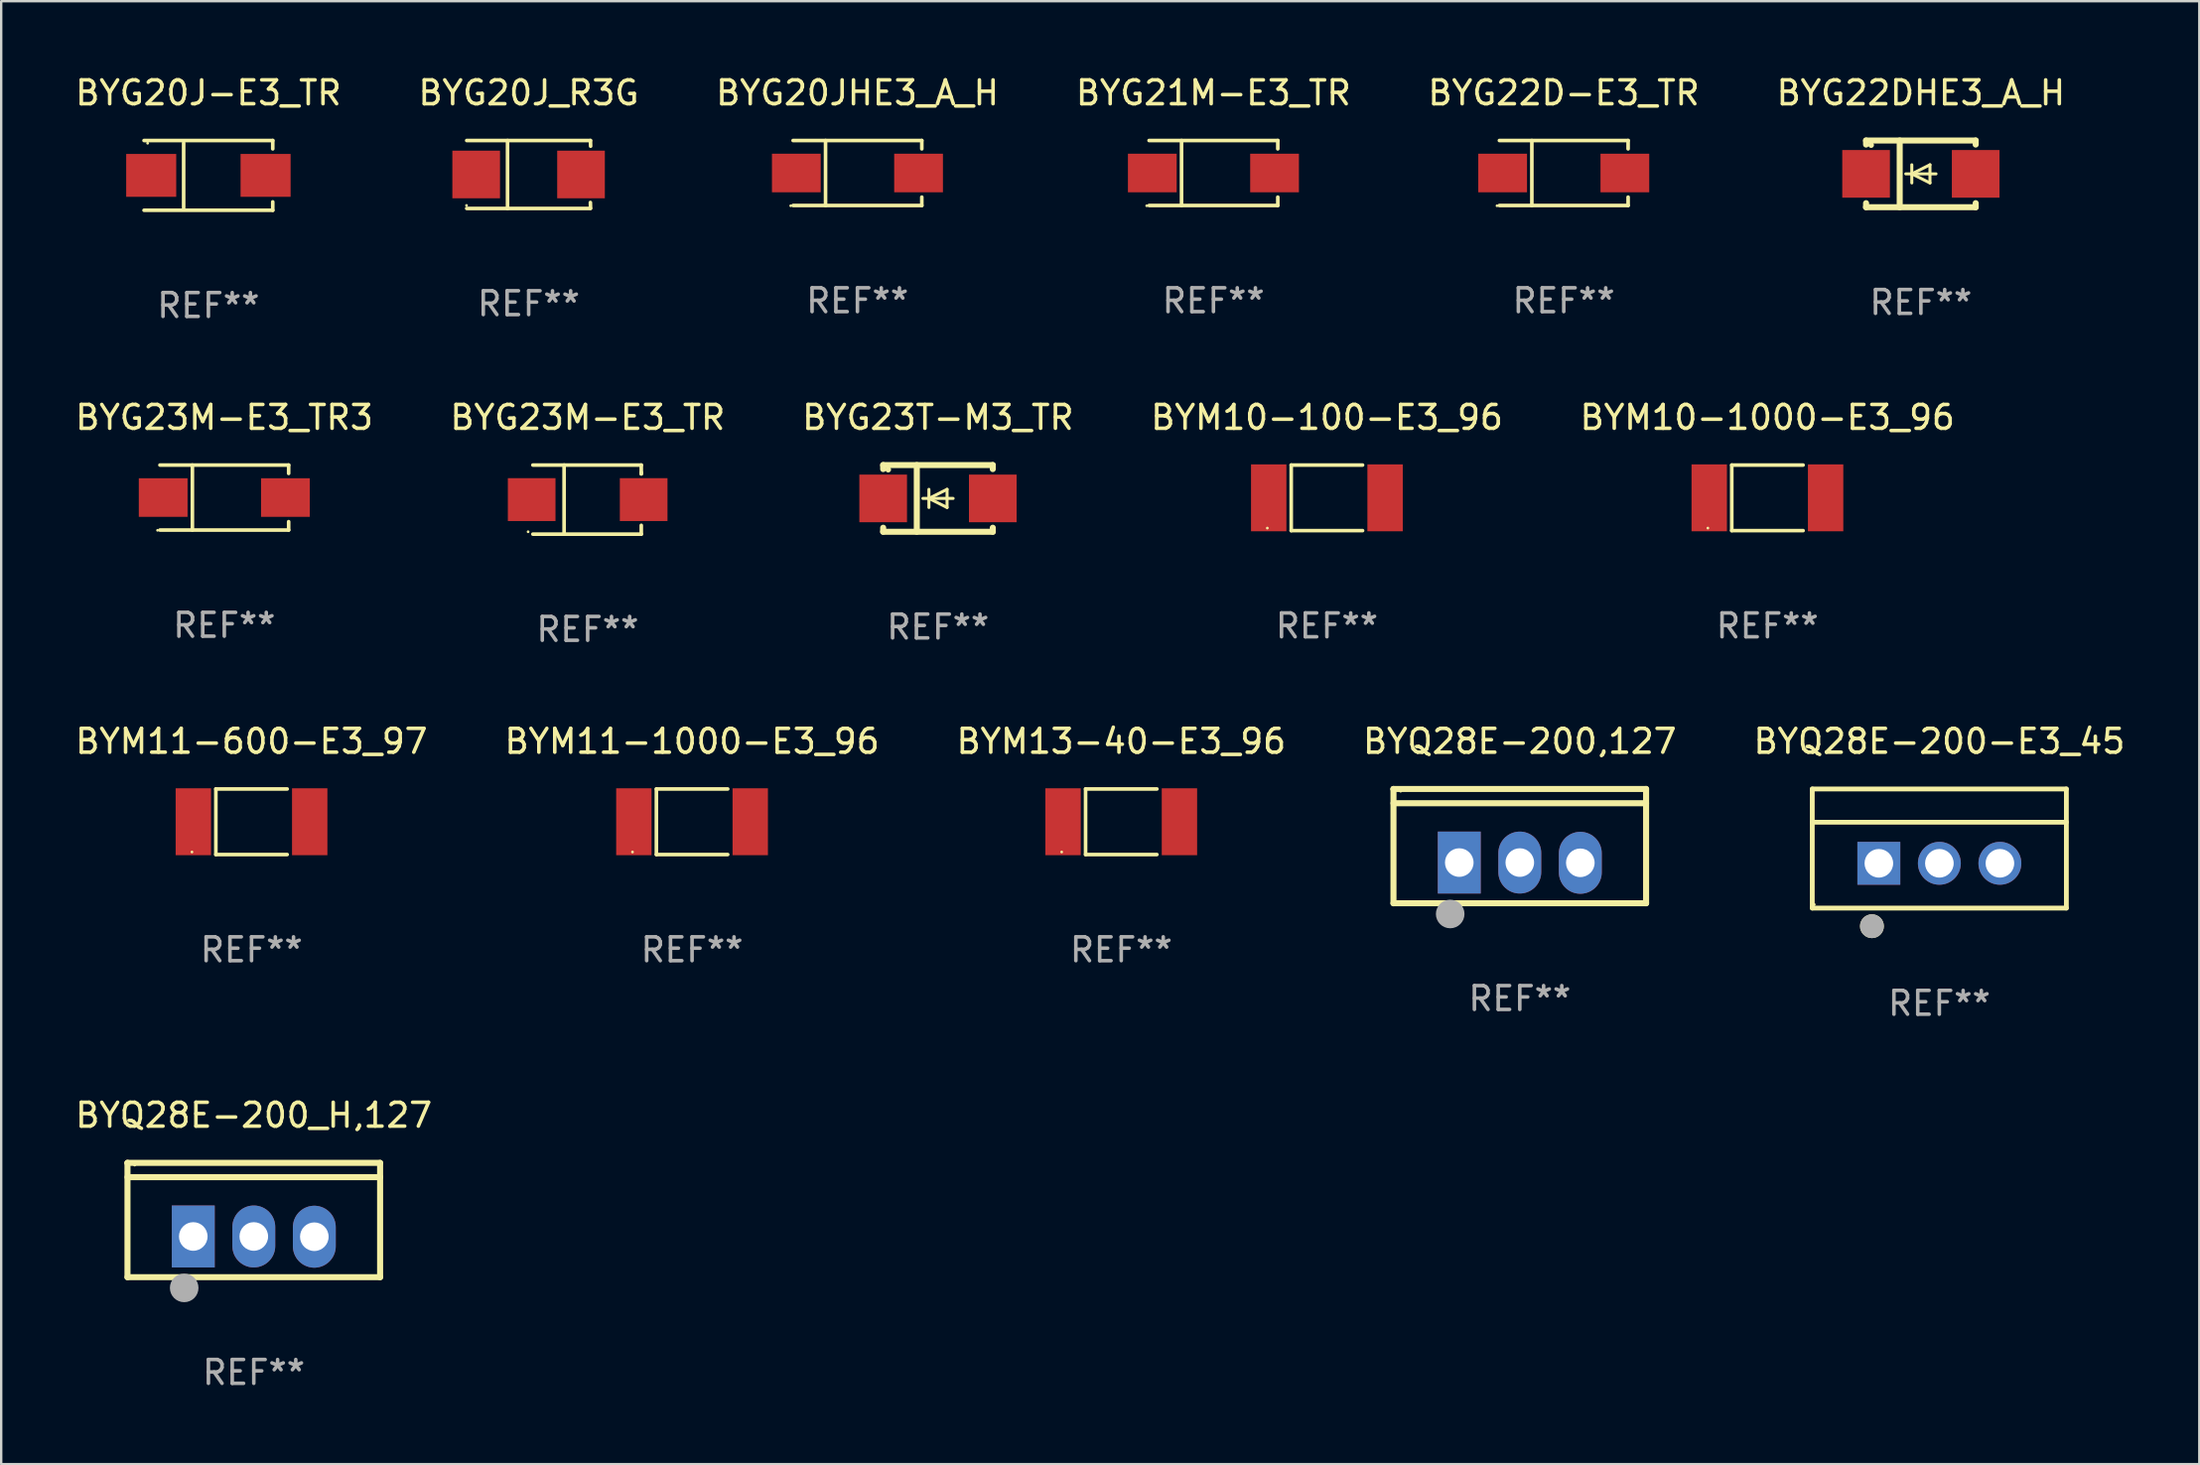
<source format=kicad_pcb>
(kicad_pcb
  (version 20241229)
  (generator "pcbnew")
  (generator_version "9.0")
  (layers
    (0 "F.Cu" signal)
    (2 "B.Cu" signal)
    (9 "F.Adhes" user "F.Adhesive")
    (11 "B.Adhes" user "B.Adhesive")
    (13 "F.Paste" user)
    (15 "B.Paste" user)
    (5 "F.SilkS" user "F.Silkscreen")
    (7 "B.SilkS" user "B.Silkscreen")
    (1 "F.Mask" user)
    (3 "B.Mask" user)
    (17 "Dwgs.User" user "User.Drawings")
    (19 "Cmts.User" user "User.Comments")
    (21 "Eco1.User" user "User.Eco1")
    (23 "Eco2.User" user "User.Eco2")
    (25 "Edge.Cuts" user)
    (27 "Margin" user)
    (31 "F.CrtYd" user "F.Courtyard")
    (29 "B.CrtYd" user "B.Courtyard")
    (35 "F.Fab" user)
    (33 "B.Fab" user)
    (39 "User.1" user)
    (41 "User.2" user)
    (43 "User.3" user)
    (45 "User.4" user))
  (footprint "BYQ28E-200_H,127"
    (layer "F.Cu")
    (at 7.601 48.164)
    (property "Reference" "BYQ28E-200_H,127" (at 0 -4.399 0) (layer "F.SilkS") (effects (font (size 1 1) (thickness 0.15))))
    (attr through_hole)
    (fp_line (start -5.301 -2.399) (end 5.301 -2.399) (stroke (width 0.254) (type solid)) (layer "F.SilkS"))
    (fp_line (start -5.301 -2.394) (end -5.301 -2.399) (stroke (width 0.254) (type solid)) (layer "F.SilkS"))
    (fp_line (start -5.301 2.399) (end -5.301 -2.394) (stroke (width 0.254) (type solid)) (layer "F.SilkS"))
    (fp_line (start 5.3 -1.8) (end -5.3 -1.8) (stroke (width 0.254) (type solid)) (layer "F.SilkS"))
    (fp_line (start 5.301 -2.399) (end 5.301 2.399) (stroke (width 0.254) (type solid)) (layer "F.SilkS"))
    (fp_line (start 5.301 2.399) (end -5.301 2.399) (stroke (width 0.254) (type solid)) (layer "F.SilkS"))
    (fp_arc (start -2.769977 3.025032) (mid -2.768707 3.025028) (end -2.767437 3.025032) (stroke (width 0.4) (type solid)) (layer "F.SilkS"))
    (fp_circle (center -5 -2.305) (end -4.97 -2.305) (stroke (width 0.06) (type solid)) (fill no) (layer "F.SilkS"))
    (fp_circle (center -2.921 2.849) (end -2.621 2.849) (stroke (width 0.6) (type solid)) (fill no) (layer "F.Fab"))
    (fp_text user "REF**" (at 0 6.399 0) (layer "F.Fab") (effects (font (size 1 1) (thickness 0.15))))
    (pad "1" thru_hole rect (at -2.54 0.69) (size 1.8 2.6) (drill 1.2) (layers "*.Cu" "*.Mask"))
    (pad "2" thru_hole oval (at 0 0.69) (size 1.8 2.6) (drill 1.2) (layers "*.Cu" "*.Mask"))
    (pad "3" thru_hole oval (at 2.54 0.7) (size 1.8 2.6) (drill 1.2) (layers "*.Cu" "*.Mask")))
  (footprint "BYG22DHE3_A_H"
    (layer "F.Cu")
    (at 77.565 4.248)
    (property "Reference" "BYG22DHE3_A_H" (at 0 -3.4 0) (layer "F.SilkS") (effects (font (size 1 1) (thickness 0.15))))
    (attr through_hole)
    (fp_line (start -2.3 -1.4) (end -2.3 -1.231) (stroke (width 0.254) (type solid)) (layer "F.SilkS"))
    (fp_line (start -2.3 -1.4) (end 2.3 -1.4) (stroke (width 0.254) (type solid)) (layer "F.SilkS"))
    (fp_line (start -2.3 1.231) (end -2.3 1.4) (stroke (width 0.254) (type solid)) (layer "F.SilkS"))
    (fp_line (start -2.3 1.4) (end 2.3 1.4) (stroke (width 0.254) (type solid)) (layer "F.SilkS"))
    (fp_line (start -0.889 1.4) (end -0.889 -1.4) (stroke (width 0.254) (type solid)) (layer "F.SilkS"))
    (fp_line (start -0.381 0) (end -0.381 -0.381) (stroke (width 0.127) (type solid)) (layer "F.SilkS"))
    (fp_line (start -0.381 0) (end -0.381 0.381) (stroke (width 0.127) (type solid)) (layer "F.SilkS"))
    (fp_line (start 0.381 -0.381) (end -0.381 0) (stroke (width 0.127) (type solid)) (layer "F.SilkS"))
    (fp_line (start 0.381 0) (end 0.381 -0.381) (stroke (width 0.127) (type solid)) (layer "F.SilkS"))
    (fp_line (start 0.381 0) (end 0.381 0.381) (stroke (width 0.127) (type solid)) (layer "F.SilkS"))
    (fp_line (start 0.381 0.381) (end -0.381 0) (stroke (width 0.127) (type solid)) (layer "F.SilkS"))
    (fp_line (start 0.635 0) (end -0.635 0) (stroke (width 0.127) (type solid)) (layer "F.SilkS"))
    (fp_line (start 2.3 -1.4) (end 2.3 -1.231) (stroke (width 0.254) (type solid)) (layer "F.SilkS"))
    (fp_line (start 2.3 1.231) (end 2.3 1.4) (stroke (width 0.254) (type solid)) (layer "F.SilkS"))
    (fp_circle (center -2.088 -1.208) (end -2.028 -1.208) (stroke (width 0.12) (type solid)) (fill no) (layer "F.SilkS"))
    (fp_text user "REF**" (at 0 5.4 0) (layer "F.Fab") (effects (font (size 1 1) (thickness 0.15))))
    (pad "1" smd rect (at -2.3 0 180) (size 2 2) (layers "F.Cu" "F.Mask" "F.Paste"))
    (pad "2" smd rect (at 2.3 0 180) (size 2 2) (layers "F.Cu" "F.Mask" "F.Paste")))
  (footprint "BYG22D-E3_TR"
    (layer "F.Cu")
    (at 62.577 4.212)
    (property "Reference" "BYG22D-E3_TR" (at 0 -3.364 0) (layer "F.SilkS") (effects (font (size 1 1) (thickness 0.15))))
    (attr through_hole)
    (fp_line (start -2.701 -1.364) (end 2.701 -1.364) (stroke (width 0.152) (type solid)) (layer "F.SilkS"))
    (fp_line (start -2.701 1.364) (end 2.701 1.364) (stroke (width 0.152) (type solid)) (layer "F.SilkS"))
    (fp_line (start -1.339 -1.364) (end -1.339 1.364) (stroke (width 0.152) (type solid)) (layer "F.SilkS"))
    (fp_line (start 2.701 -1.364) (end 2.701 -1.013) (stroke (width 0.152) (type solid)) (layer "F.SilkS"))
    (fp_line (start 2.701 1.364) (end 2.701 1.013) (stroke (width 0.152) (type solid)) (layer "F.SilkS"))
    (fp_circle (center -2.8 1.375) (end -2.77 1.375) (stroke (width 0.06) (type solid)) (fill no) (layer "F.SilkS"))
    (fp_text user "REF**" (at 0 5.364 0) (layer "F.Fab") (effects (font (size 1 1) (thickness 0.15))))
    (pad "1" smd rect (at -2.565 -0.000025) (size 2.046 1.62) (layers "F.Cu" "F.Mask" "F.Paste"))
    (pad "2" smd rect (at 2.565 -0.000025) (size 2.046 1.62) (layers "F.Cu" "F.Mask" "F.Paste")))
  (footprint "BYM11-1000-E3_96"
    (layer "F.Cu")
    (at 25.994 31.445)
    (property "Reference" "BYM11-1000-E3_96" (at 0 -3.376 0) (layer "F.SilkS") (effects (font (size 1 1) (thickness 0.15))))
    (attr through_hole)
    (fp_line (start -1.497 -1.376) (end -1.497 1.376) (stroke (width 0.152) (type solid)) (layer "F.SilkS"))
    (fp_line (start -1.497 -1.376) (end 1.497 -1.376) (stroke (width 0.152) (type solid)) (layer "F.SilkS"))
    (fp_line (start -1.497 1.376) (end 1.497 1.376) (stroke (width 0.152) (type solid)) (layer "F.SilkS"))
    (fp_circle (center -2.5 1.27) (end -2.47 1.27) (stroke (width 0.06) (type solid)) (fill no) (layer "F.SilkS"))
    (fp_text user "REF**" (at 0 5.376 0) (layer "F.Fab") (effects (font (size 1 1) (thickness 0.15))))
    (pad "1" smd rect (at -2.442 0 180) (size 1.485 2.808) (layers "F.Cu" "F.Mask" "F.Paste"))
    (pad "2" smd rect (at 2.442 0 180) (size 1.485 2.808) (layers "F.Cu" "F.Mask" "F.Paste")))
  (footprint "BYG23M-E3_TR"
    (layer "F.Cu")
    (at 21.613 17.922)
    (property "Reference" "BYG23M-E3_TR" (at 0 -3.45 0) (layer "F.SilkS") (effects (font (size 1 1) (thickness 0.15))))
    (attr through_hole)
    (fp_line (start -2.3 -1.45) (end 2.25 -1.45) (stroke (width 0.152) (type solid)) (layer "F.SilkS"))
    (fp_line (start -0.989 -1.45) (end -0.989 1.45) (stroke (width 0.152) (type solid)) (layer "F.SilkS"))
    (fp_line (start 2.25 -1.45) (end 2.25 -1.08) (stroke (width 0.152) (type solid)) (layer "F.SilkS"))
    (fp_line (start 2.25 -1.08) (end 2.25 -1.142) (stroke (width 0.152) (type solid)) (layer "F.SilkS"))
    (fp_line (start 2.25 1.45) (end -2.3 1.45) (stroke (width 0.152) (type solid)) (layer "F.SilkS"))
    (fp_line (start 2.25 1.45) (end 2.25 1.08) (stroke (width 0.152) (type solid)) (layer "F.SilkS"))
    (fp_circle (center -2.5 1.35) (end -2.47 1.35) (stroke (width 0.06) (type solid)) (fill no) (layer "F.SilkS"))
    (fp_text user "REF**" (at 0 5.45 0) (layer "F.Fab") (effects (font (size 1 1) (thickness 0.15))))
    (pad "1" smd rect (at -2.35 0.000025) (size 2 1.8) (layers "F.Cu" "F.Mask" "F.Paste"))
    (pad "2" smd rect (at 2.35 0.000025) (size 2 1.8) (layers "F.Cu" "F.Mask" "F.Paste")))
  (footprint "BYG20JHE3_A_H"
    (layer "F.Cu")
    (at 32.935 4.212)
    (property "Reference" "BYG20JHE3_A_H" (at 0 -3.364 0) (layer "F.SilkS") (effects (font (size 1 1) (thickness 0.15))))
    (attr through_hole)
    (fp_line (start -2.701 -1.364) (end 2.701 -1.364) (stroke (width 0.152) (type solid)) (layer "F.SilkS"))
    (fp_line (start -2.701 1.364) (end 2.701 1.364) (stroke (width 0.152) (type solid)) (layer "F.SilkS"))
    (fp_line (start -1.339 -1.364) (end -1.339 1.364) (stroke (width 0.152) (type solid)) (layer "F.SilkS"))
    (fp_line (start 2.701 -1.364) (end 2.701 -1.013) (stroke (width 0.152) (type solid)) (layer "F.SilkS"))
    (fp_line (start 2.701 1.364) (end 2.701 1.013) (stroke (width 0.152) (type solid)) (layer "F.SilkS"))
    (fp_circle (center -2.8 1.375) (end -2.77 1.375) (stroke (width 0.06) (type solid)) (fill no) (layer "F.SilkS"))
    (fp_text user "REF**" (at 0 5.364 0) (layer "F.Fab") (effects (font (size 1 1) (thickness 0.15))))
    (pad "1" smd rect (at -2.565 -0.000025) (size 2.046 1.62) (layers "F.Cu" "F.Mask" "F.Paste"))
    (pad "2" smd rect (at 2.565 -0.000025) (size 2.046 1.62) (layers "F.Cu" "F.Mask" "F.Paste")))
  (footprint "BYQ28E-200-E3_45"
    (layer "F.Cu")
    (at 78.339 32.569)
    (property "Reference" "BYQ28E-200-E3_45" (at 0 -4.5 0) (layer "F.SilkS") (effects (font (size 1 1) (thickness 0.15))))
    (attr through_hole)
    (fp_line (start -5.332 2.5) (end -5.332 -2.5) (stroke (width 0.201) (type solid)) (layer "F.SilkS"))
    (fp_line (start -5.328 -2.5) (end 5.332 -2.5) (stroke (width 0.201) (type solid)) (layer "F.SilkS"))
    (fp_line (start -5.328 -1.104) (end 5.332 -1.104) (stroke (width 0.201) (type solid)) (layer "F.SilkS"))
    (fp_line (start 5.332 -2.5) (end 5.332 2.5) (stroke (width 0.201) (type solid)) (layer "F.SilkS"))
    (fp_line (start 5.332 2.5) (end -5.332 2.5) (stroke (width 0.201) (type solid)) (layer "F.SilkS"))
    (fp_circle (center -5.248 2.35) (end -5.218 2.35) (stroke (width 0.06) (type solid)) (fill no) (layer "F.SilkS"))
    (fp_circle (center -2.828 3.26) (end -2.578 3.26) (stroke (width 0.5) (type solid)) (fill no) (layer "F.SilkS"))
    (fp_circle (center -2.828 3.26) (end -2.578 3.26) (stroke (width 0.5) (type solid)) (fill no) (layer "F.Fab"))
    (fp_text user "REF**" (at 0 6.5 0) (layer "F.Fab") (effects (font (size 1 1) (thickness 0.15))))
    (pad "1" thru_hole rect (at -2.538 0.62) (size 1.8 1.8) (drill 1.2) (layers "*.Cu" "*.Mask"))
    (pad "2" thru_hole circle (at 0.002 0.62) (size 1.8 1.8) (drill 1.2) (layers "*.Cu" "*.Mask"))
    (pad "3" thru_hole circle (at 2.542 0.62) (size 1.8 1.8) (drill 1.2) (layers "*.Cu" "*.Mask")))
  (footprint "BYG20J-E3_TR"
    (layer "F.Cu")
    (at 5.696 4.312)
    (property "Reference" "BYG20J-E3_TR" (at 0 -3.464 0) (layer "F.SilkS") (effects (font (size 1 1) (thickness 0.15))))
    (attr through_hole)
    (fp_line (start -2.701 -1.464) (end 2.701 -1.464) (stroke (width 0.152) (type solid)) (layer "F.SilkS"))
    (fp_line (start -2.701 1.464) (end 2.701 1.464) (stroke (width 0.152) (type solid)) (layer "F.SilkS"))
    (fp_line (start -1.039 -1.364) (end -1.039 1.364) (stroke (width 0.152) (type solid)) (layer "F.SilkS"))
    (fp_line (start 2.701 -1.464) (end 2.701 -1.113) (stroke (width 0.152) (type solid)) (layer "F.SilkS"))
    (fp_line (start 2.701 1.464) (end 2.701 1.113) (stroke (width 0.152) (type solid)) (layer "F.SilkS"))
    (fp_circle (center -2.55 -1.35) (end -2.52 -1.35) (stroke (width 0.06) (type solid)) (fill no) (layer "F.SilkS"))
    (fp_text user "REF**" (at 0 5.464 0) (layer "F.Fab") (effects (font (size 1 1) (thickness 0.15))))
    (pad "1" smd rect (at -2.4 0) (size 2.1 1.8) (layers "F.Cu" "F.Mask" "F.Paste"))
    (pad "2" smd rect (at 2.4 0) (size 2.1 1.8) (layers "F.Cu" "F.Mask" "F.Paste")))
  (footprint "BYG21M-E3_TR"
    (layer "F.Cu")
    (at 47.875 4.212)
    (property "Reference" "BYG21M-E3_TR" (at 0 -3.364 0) (layer "F.SilkS") (effects (font (size 1 1) (thickness 0.15))))
    (attr through_hole)
    (fp_line (start -2.701 -1.364) (end 2.701 -1.364) (stroke (width 0.152) (type solid)) (layer "F.SilkS"))
    (fp_line (start -2.701 1.364) (end 2.701 1.364) (stroke (width 0.152) (type solid)) (layer "F.SilkS"))
    (fp_line (start -1.339 -1.364) (end -1.339 1.364) (stroke (width 0.152) (type solid)) (layer "F.SilkS"))
    (fp_line (start 2.701 -1.364) (end 2.701 -1.013) (stroke (width 0.152) (type solid)) (layer "F.SilkS"))
    (fp_line (start 2.701 1.364) (end 2.701 1.013) (stroke (width 0.152) (type solid)) (layer "F.SilkS"))
    (fp_circle (center -2.8 1.375) (end -2.77 1.375) (stroke (width 0.06) (type solid)) (fill no) (layer "F.SilkS"))
    (fp_text user "REF**" (at 0 5.364 0) (layer "F.Fab") (effects (font (size 1 1) (thickness 0.15))))
    (pad "1" smd rect (at -2.565 -0.000025) (size 2.046 1.62) (layers "F.Cu" "F.Mask" "F.Paste"))
    (pad "2" smd rect (at 2.565 -0.000025) (size 2.046 1.62) (layers "F.Cu" "F.Mask" "F.Paste")))
  (footprint "BYG23T-M3_TR"
    (layer "F.Cu")
    (at 36.315 17.872)
    (property "Reference" "BYG23T-M3_TR" (at 0 -3.4 0) (layer "F.SilkS") (effects (font (size 1 1) (thickness 0.15))))
    (attr through_hole)
    (fp_line (start -2.3 -1.4) (end -2.3 -1.231) (stroke (width 0.254) (type solid)) (layer "F.SilkS"))
    (fp_line (start -2.3 -1.4) (end 2.3 -1.4) (stroke (width 0.254) (type solid)) (layer "F.SilkS"))
    (fp_line (start -2.3 1.231) (end -2.3 1.4) (stroke (width 0.254) (type solid)) (layer "F.SilkS"))
    (fp_line (start -2.3 1.4) (end 2.3 1.4) (stroke (width 0.254) (type solid)) (layer "F.SilkS"))
    (fp_line (start -0.889 1.4) (end -0.889 -1.4) (stroke (width 0.254) (type solid)) (layer "F.SilkS"))
    (fp_line (start -0.381 0) (end -0.381 -0.381) (stroke (width 0.127) (type solid)) (layer "F.SilkS"))
    (fp_line (start -0.381 0) (end -0.381 0.381) (stroke (width 0.127) (type solid)) (layer "F.SilkS"))
    (fp_line (start 0.381 -0.381) (end -0.381 0) (stroke (width 0.127) (type solid)) (layer "F.SilkS"))
    (fp_line (start 0.381 0) (end 0.381 -0.381) (stroke (width 0.127) (type solid)) (layer "F.SilkS"))
    (fp_line (start 0.381 0) (end 0.381 0.381) (stroke (width 0.127) (type solid)) (layer "F.SilkS"))
    (fp_line (start 0.381 0.381) (end -0.381 0) (stroke (width 0.127) (type solid)) (layer "F.SilkS"))
    (fp_line (start 0.635 0) (end -0.635 0) (stroke (width 0.127) (type solid)) (layer "F.SilkS"))
    (fp_line (start 2.3 -1.4) (end 2.3 -1.231) (stroke (width 0.254) (type solid)) (layer "F.SilkS"))
    (fp_line (start 2.3 1.231) (end 2.3 1.4) (stroke (width 0.254) (type solid)) (layer "F.SilkS"))
    (fp_circle (center -2.088 -1.208) (end -2.028 -1.208) (stroke (width 0.12) (type solid)) (fill no) (layer "F.SilkS"))
    (fp_text user "REF**" (at 0 5.4 0) (layer "F.Fab") (effects (font (size 1 1) (thickness 0.15))))
    (pad "1" smd rect (at -2.3 0 180) (size 2 2) (layers "F.Cu" "F.Mask" "F.Paste"))
    (pad "2" smd rect (at 2.3 0 180) (size 2 2) (layers "F.Cu" "F.Mask" "F.Paste")))
  (footprint "BYM13-40-E3_96"
    (layer "F.Cu")
    (at 44.006 31.445)
    (property "Reference" "BYM13-40-E3_96" (at 0 -3.376 0) (layer "F.SilkS") (effects (font (size 1 1) (thickness 0.15))))
    (attr through_hole)
    (fp_line (start -1.497 -1.376) (end -1.497 1.376) (stroke (width 0.152) (type solid)) (layer "F.SilkS"))
    (fp_line (start -1.497 -1.376) (end 1.497 -1.376) (stroke (width 0.152) (type solid)) (layer "F.SilkS"))
    (fp_line (start -1.497 1.376) (end 1.497 1.376) (stroke (width 0.152) (type solid)) (layer "F.SilkS"))
    (fp_circle (center -2.5 1.27) (end -2.47 1.27) (stroke (width 0.06) (type solid)) (fill no) (layer "F.SilkS"))
    (fp_text user "REF**" (at 0 5.376 0) (layer "F.Fab") (effects (font (size 1 1) (thickness 0.15))))
    (pad "1" smd rect (at -2.442 0 180) (size 1.485 2.808) (layers "F.Cu" "F.Mask" "F.Paste"))
    (pad "2" smd rect (at 2.442 0 180) (size 1.485 2.808) (layers "F.Cu" "F.Mask" "F.Paste")))
  (footprint "BYM10-1000-E3_96"
    (layer "F.Cu")
    (at 71.125 17.848)
    (property "Reference" "BYM10-1000-E3_96" (at 0 -3.376 0) (layer "F.SilkS") (effects (font (size 1 1) (thickness 0.15))))
    (attr through_hole)
    (fp_line (start -1.497 -1.376) (end -1.497 1.376) (stroke (width 0.152) (type solid)) (layer "F.SilkS"))
    (fp_line (start -1.497 -1.376) (end 1.497 -1.376) (stroke (width 0.152) (type solid)) (layer "F.SilkS"))
    (fp_line (start -1.497 1.376) (end 1.497 1.376) (stroke (width 0.152) (type solid)) (layer "F.SilkS"))
    (fp_circle (center -2.5 1.27) (end -2.47 1.27) (stroke (width 0.06) (type solid)) (fill no) (layer "F.SilkS"))
    (fp_text user "REF**" (at 0 5.376 0) (layer "F.Fab") (effects (font (size 1 1) (thickness 0.15))))
    (pad "1" smd rect (at -2.442 0 180) (size 1.485 2.808) (layers "F.Cu" "F.Mask" "F.Paste"))
    (pad "2" smd rect (at 2.442 0 180) (size 1.485 2.808) (layers "F.Cu" "F.Mask" "F.Paste")))
  (footprint "BYM10-100-E3_96"
    (layer "F.Cu")
    (at 52.637 17.848)
    (property "Reference" "BYM10-100-E3_96" (at 0 -3.376 0) (layer "F.SilkS") (effects (font (size 1 1) (thickness 0.15))))
    (attr through_hole)
    (fp_line (start -1.497 -1.376) (end -1.497 1.376) (stroke (width 0.152) (type solid)) (layer "F.SilkS"))
    (fp_line (start -1.497 -1.376) (end 1.497 -1.376) (stroke (width 0.152) (type solid)) (layer "F.SilkS"))
    (fp_line (start -1.497 1.376) (end 1.497 1.376) (stroke (width 0.152) (type solid)) (layer "F.SilkS"))
    (fp_circle (center -2.5 1.27) (end -2.47 1.27) (stroke (width 0.06) (type solid)) (fill no) (layer "F.SilkS"))
    (fp_text user "REF**" (at 0 5.376 0) (layer "F.Fab") (effects (font (size 1 1) (thickness 0.15))))
    (pad "1" smd rect (at -2.442 0 180) (size 1.485 2.808) (layers "F.Cu" "F.Mask" "F.Paste"))
    (pad "2" smd rect (at 2.442 0 180) (size 1.485 2.808) (layers "F.Cu" "F.Mask" "F.Paste")))
  (footprint "BYG23M-E3_TR3"
    (layer "F.Cu")
    (at 6.363 17.836)
    (property "Reference" "BYG23M-E3_TR3" (at 0 -3.364 0) (layer "F.SilkS") (effects (font (size 1 1) (thickness 0.15))))
    (attr through_hole)
    (fp_line (start -2.701 -1.364) (end 2.701 -1.364) (stroke (width 0.152) (type solid)) (layer "F.SilkS"))
    (fp_line (start -2.701 1.364) (end 2.701 1.364) (stroke (width 0.152) (type solid)) (layer "F.SilkS"))
    (fp_line (start -1.339 -1.364) (end -1.339 1.364) (stroke (width 0.152) (type solid)) (layer "F.SilkS"))
    (fp_line (start 2.701 -1.364) (end 2.701 -1.013) (stroke (width 0.152) (type solid)) (layer "F.SilkS"))
    (fp_line (start 2.701 1.364) (end 2.701 1.013) (stroke (width 0.152) (type solid)) (layer "F.SilkS"))
    (fp_circle (center -2.8 1.375) (end -2.77 1.375) (stroke (width 0.06) (type solid)) (fill no) (layer "F.SilkS"))
    (fp_text user "REF**" (at 0 5.364 0) (layer "F.Fab") (effects (font (size 1 1) (thickness 0.15))))
    (pad "1" smd rect (at -2.565 -0.000025) (size 2.046 1.62) (layers "F.Cu" "F.Mask" "F.Paste"))
    (pad "2" smd rect (at 2.565 -0.000025) (size 2.046 1.62) (layers "F.Cu" "F.Mask" "F.Paste")))
  (footprint "BYM11-600-E3_97"
    (layer "F.Cu")
    (at 7.506 31.445)
    (property "Reference" "BYM11-600-E3_97" (at 0 -3.376 0) (layer "F.SilkS") (effects (font (size 1 1) (thickness 0.15))))
    (attr through_hole)
    (fp_line (start -1.497 -1.376) (end -1.497 1.376) (stroke (width 0.152) (type solid)) (layer "F.SilkS"))
    (fp_line (start -1.497 -1.376) (end 1.497 -1.376) (stroke (width 0.152) (type solid)) (layer "F.SilkS"))
    (fp_line (start -1.497 1.376) (end 1.497 1.376) (stroke (width 0.152) (type solid)) (layer "F.SilkS"))
    (fp_circle (center -2.5 1.27) (end -2.47 1.27) (stroke (width 0.06) (type solid)) (fill no) (layer "F.SilkS"))
    (fp_text user "REF**" (at 0 5.376 0) (layer "F.Fab") (effects (font (size 1 1) (thickness 0.15))))
    (pad "1" smd rect (at -2.442 0 180) (size 1.485 2.808) (layers "F.Cu" "F.Mask" "F.Paste"))
    (pad "2" smd rect (at 2.442 0 180) (size 1.485 2.808) (layers "F.Cu" "F.Mask" "F.Paste")))
  (footprint "BYG20J_R3G"
    (layer "F.Cu")
    (at 19.137 4.274)
    (property "Reference" "BYG20J_R3G" (at 0 -3.426 0) (layer "F.SilkS") (effects (font (size 1 1) (thickness 0.15))))
    (attr through_hole)
    (fp_line (start -2.6 -1.426) (end 2.593 -1.426) (stroke (width 0.152) (type solid)) (layer "F.SilkS"))
    (fp_line (start -2.6 1.426) (end 2.593 1.426) (stroke (width 0.152) (type solid)) (layer "F.SilkS"))
    (fp_line (start -0.887 -1.426) (end -0.887 1.426) (stroke (width 0.152) (type solid)) (layer "F.SilkS"))
    (fp_line (start 2.59 1.176) (end 2.597 1.415) (stroke (width 0.152) (type solid)) (layer "F.SilkS"))
    (fp_line (start 2.593 -1.426) (end 2.6 -1.187) (stroke (width 0.152) (type solid)) (layer "F.SilkS"))
    (fp_circle (center -2.608 1.3) (end -2.578 1.3) (stroke (width 0.06) (type solid)) (fill no) (layer "F.SilkS"))
    (fp_text user "REF**" (at 0 5.426 0) (layer "F.Fab") (effects (font (size 1 1) (thickness 0.15))))
    (pad "1" smd rect (at -2.203 0 180) (size 2 2) (layers "F.Cu" "F.Mask" "F.Paste"))
    (pad "2" smd rect (at 2.197 0 180) (size 2 2) (layers "F.Cu" "F.Mask" "F.Paste")))
  (footprint "BYQ28E-200,127"
    (layer "F.Cu")
    (at 60.732 32.468)
    (property "Reference" "BYQ28E-200,127" (at 0 -4.399 0) (layer "F.SilkS") (effects (font (size 1 1) (thickness 0.15))))
    (attr through_hole)
    (fp_line (start -5.301 -2.399) (end 5.301 -2.399) (stroke (width 0.254) (type solid)) (layer "F.SilkS"))
    (fp_line (start -5.301 -2.394) (end -5.301 -2.399) (stroke (width 0.254) (type solid)) (layer "F.SilkS"))
    (fp_line (start -5.301 2.399) (end -5.301 -2.394) (stroke (width 0.254) (type solid)) (layer "F.SilkS"))
    (fp_line (start 5.3 -1.8) (end -5.3 -1.8) (stroke (width 0.254) (type solid)) (layer "F.SilkS"))
    (fp_line (start 5.301 -2.399) (end 5.301 2.399) (stroke (width 0.254) (type solid)) (layer "F.SilkS"))
    (fp_line (start 5.301 2.399) (end -5.301 2.399) (stroke (width 0.254) (type solid)) (layer "F.SilkS"))
    (fp_arc (start -2.769977 3.025032) (mid -2.768707 3.025028) (end -2.767437 3.025032) (stroke (width 0.4) (type solid)) (layer "F.SilkS"))
    (fp_circle (center -5 -2.305) (end -4.97 -2.305) (stroke (width 0.06) (type solid)) (fill no) (layer "F.SilkS"))
    (fp_circle (center -2.921 2.849) (end -2.621 2.849) (stroke (width 0.6) (type solid)) (fill no) (layer "F.Fab"))
    (fp_text user "REF**" (at 0 6.399 0) (layer "F.Fab") (effects (font (size 1 1) (thickness 0.15))))
    (pad "1" thru_hole rect (at -2.54 0.69) (size 1.8 2.6) (drill 1.2) (layers "*.Cu" "*.Mask"))
    (pad "2" thru_hole oval (at 0 0.69) (size 1.8 2.6) (drill 1.2) (layers "*.Cu" "*.Mask"))
    (pad "3" thru_hole oval (at 2.54 0.7) (size 1.8 2.6) (drill 1.2) (layers "*.Cu" "*.Mask")))
  (gr_rect
    (start -3 -3)
    (end 89.25 58.412)
    (stroke (width 0.1) (type default))
    (fill no)
    (layer "Edge.Cuts")))
</source>
